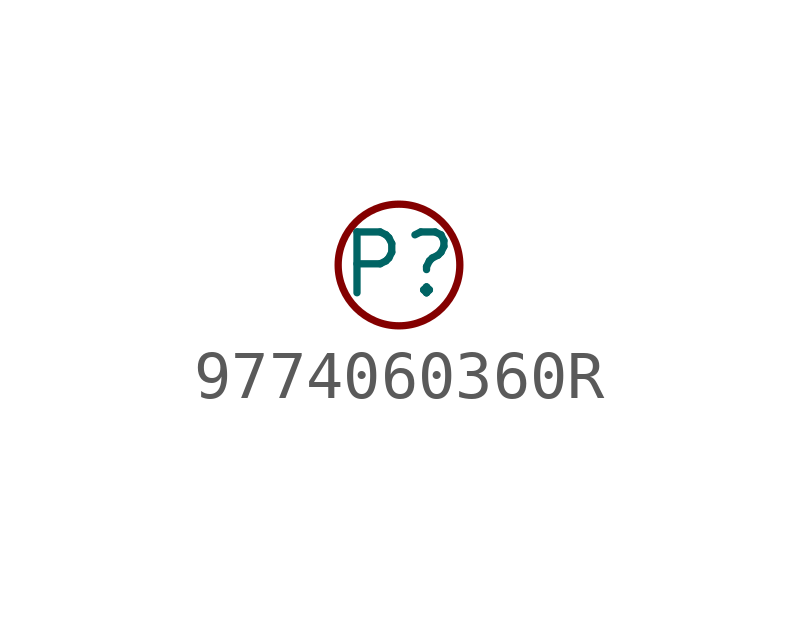
<source format=kicad_sym>
(kicad_symbol_lib
  (version 20231120)
  (generator "kicad_symbol_editor")
  (generator_version "8.0")
  (symbol "9774060360R"
    (property "Reference" "P"
      (at 0 0 0)
      (effects (font (size 1.27 1.27))))
    (property "Value" ""
      (at 0 0 0)
      (effects (font (size 1.27 1.27))))
    (symbol "9774060360R_0_1"
      (circle (center 0 0) (radius 1.27) (stroke (width 0) (type default)) (fill (type none))))))
</source>
